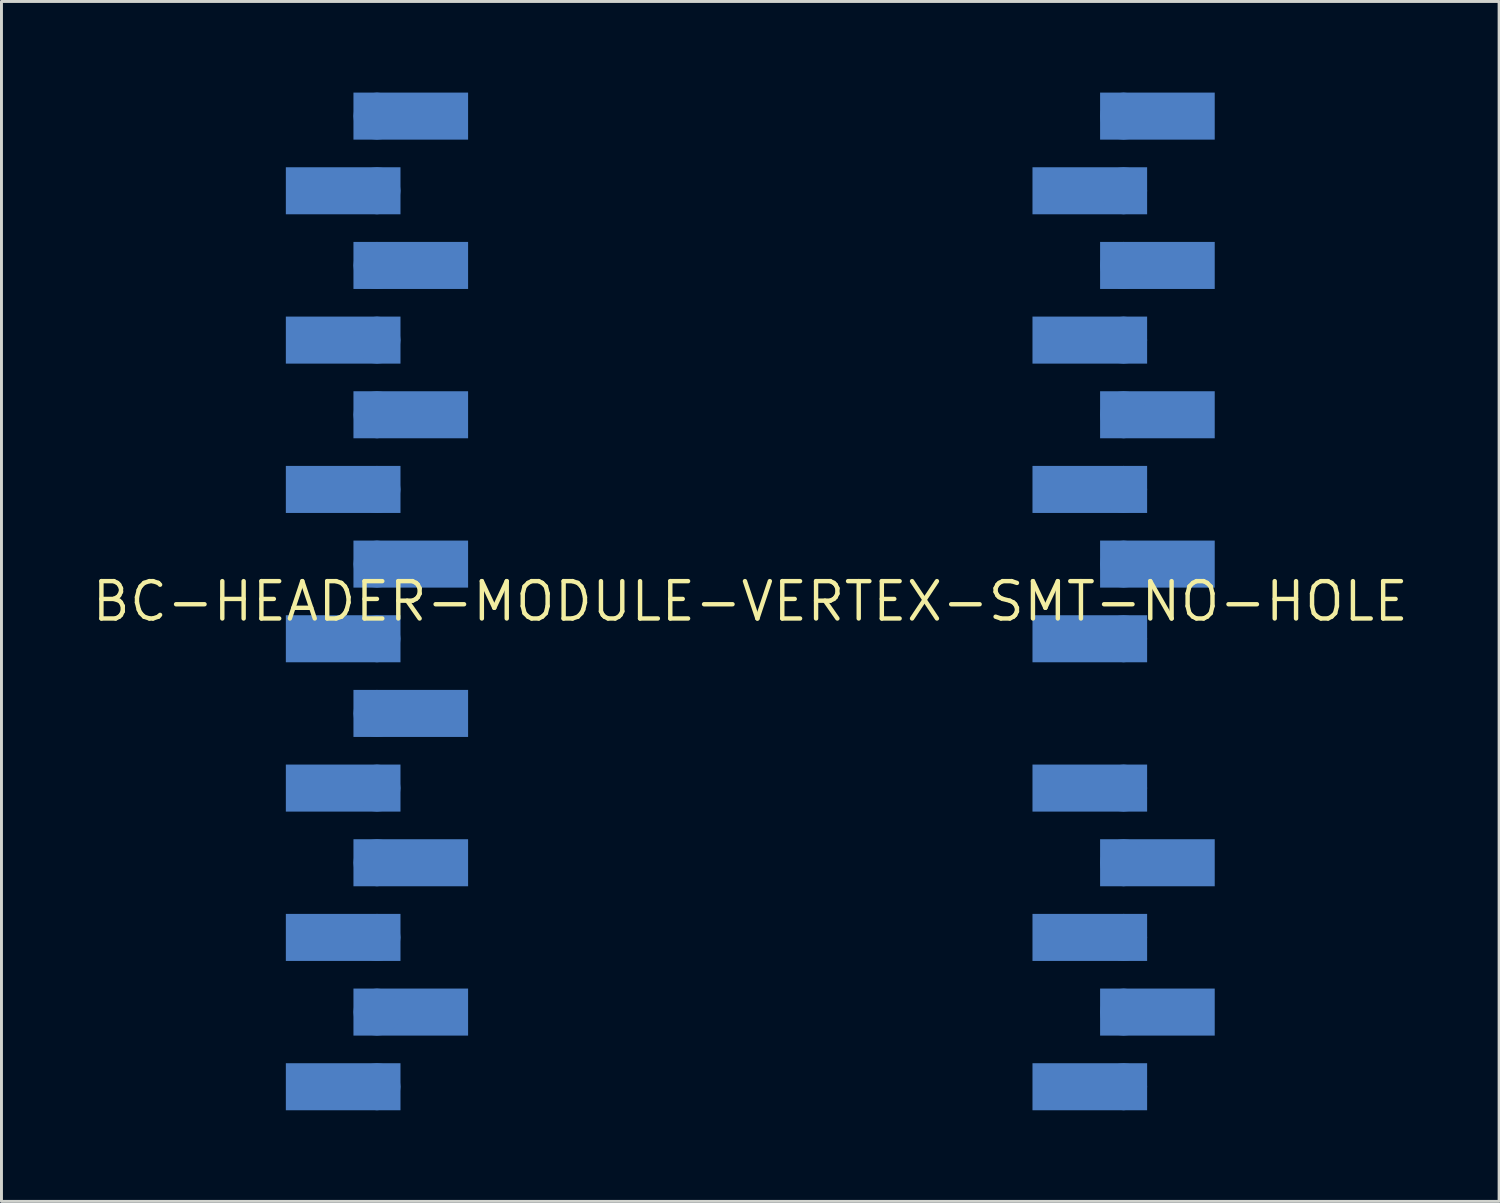
<source format=kicad_pcb>
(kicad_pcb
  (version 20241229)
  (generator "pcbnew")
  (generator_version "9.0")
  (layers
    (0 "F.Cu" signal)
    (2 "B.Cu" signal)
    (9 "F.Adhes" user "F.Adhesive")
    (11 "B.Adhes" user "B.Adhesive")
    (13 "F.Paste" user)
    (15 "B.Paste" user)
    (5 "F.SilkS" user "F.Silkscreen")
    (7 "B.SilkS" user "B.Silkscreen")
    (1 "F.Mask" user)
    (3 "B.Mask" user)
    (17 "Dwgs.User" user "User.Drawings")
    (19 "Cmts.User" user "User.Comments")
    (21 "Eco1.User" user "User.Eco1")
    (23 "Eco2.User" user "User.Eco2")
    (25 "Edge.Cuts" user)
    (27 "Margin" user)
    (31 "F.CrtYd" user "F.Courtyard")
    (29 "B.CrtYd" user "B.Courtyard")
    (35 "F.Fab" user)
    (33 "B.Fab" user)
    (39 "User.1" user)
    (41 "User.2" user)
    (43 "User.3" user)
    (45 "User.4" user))
  (footprint "BC-HEADER-MODULE-VERTEX-SMT-NO-HOLE"
    (layer "F.Cu")
    (at 22.474 17.41)
    (property "Reference" "BC-HEADER-MODULE-VERTEX-SMT-NO-HOLE" (at 0 0 0) (unlocked yes) (layer "F.SilkS") (effects (font (size 1.27 1.27) (thickness 0.15))))
    (fp_poly (pts (xy -11.9 -13.17) (xy -15.8 -13.17) (xy -15.8 -14.77) (xy -11.9 -14.77)) (stroke (width 0) (type default)) (fill yes) (layer "B.Cu"))
    (fp_poly (pts (xy -11.9 -8.09) (xy -15.8 -8.09) (xy -15.8 -9.69) (xy -11.9 -9.69)) (stroke (width 0) (type default)) (fill yes) (layer "B.Cu"))
    (fp_poly (pts (xy -11.9 -3.01) (xy -15.8 -3.01) (xy -15.8 -4.61) (xy -11.9 -4.61)) (stroke (width 0) (type default)) (fill yes) (layer "B.Cu"))
    (fp_poly (pts (xy -11.9 2.07) (xy -15.8 2.07) (xy -15.8 0.47) (xy -11.9 0.47)) (stroke (width 0) (type default)) (fill yes) (layer "B.Cu"))
    (fp_poly (pts (xy -11.9 7.15) (xy -15.8 7.15) (xy -15.8 5.55) (xy -11.9 5.55)) (stroke (width 0) (type default)) (fill yes) (layer "B.Cu"))
    (fp_poly (pts (xy -11.9 12.23) (xy -15.8 12.23) (xy -15.8 10.63) (xy -11.9 10.63)) (stroke (width 0) (type default)) (fill yes) (layer "B.Cu"))
    (fp_poly (pts (xy -11.9 17.31) (xy -15.8 17.31) (xy -15.8 15.71) (xy -11.9 15.71)) (stroke (width 0) (type default)) (fill yes) (layer "B.Cu"))
    (fp_poly (pts (xy -9.6 -15.71) (xy -13.5 -15.71) (xy -13.5 -17.31) (xy -9.6 -17.31)) (stroke (width 0) (type default)) (fill yes) (layer "B.Cu"))
    (fp_poly (pts (xy -9.6 -10.63) (xy -13.5 -10.63) (xy -13.5 -12.23) (xy -9.6 -12.23)) (stroke (width 0) (type default)) (fill yes) (layer "B.Cu"))
    (fp_poly (pts (xy -9.6 -5.55) (xy -13.5 -5.55) (xy -13.5 -7.15) (xy -9.6 -7.15)) (stroke (width 0) (type default)) (fill yes) (layer "B.Cu"))
    (fp_poly (pts (xy -9.6 -0.47) (xy -13.5 -0.47) (xy -13.5 -2.07) (xy -9.6 -2.07)) (stroke (width 0) (type default)) (fill yes) (layer "B.Cu"))
    (fp_poly (pts (xy -9.6 4.61) (xy -13.5 4.61) (xy -13.5 3.01) (xy -9.6 3.01)) (stroke (width 0) (type default)) (fill yes) (layer "B.Cu"))
    (fp_poly (pts (xy -9.6 9.69) (xy -13.5 9.69) (xy -13.5 8.09) (xy -9.6 8.09)) (stroke (width 0) (type default)) (fill yes) (layer "B.Cu"))
    (fp_poly (pts (xy -9.6 14.77) (xy -13.5 14.77) (xy -13.5 13.17) (xy -9.6 13.17)) (stroke (width 0) (type default)) (fill yes) (layer "B.Cu"))
    (fp_poly (pts (xy 13.5 -13.17) (xy 9.6 -13.17) (xy 9.6 -14.77) (xy 13.5 -14.77)) (stroke (width 0) (type default)) (fill yes) (layer "B.Cu"))
    (fp_poly (pts (xy 13.5 -8.09) (xy 9.6 -8.09) (xy 9.6 -9.69) (xy 13.5 -9.69)) (stroke (width 0) (type default)) (fill yes) (layer "B.Cu"))
    (fp_poly (pts (xy 13.5 -3.01) (xy 9.6 -3.01) (xy 9.6 -4.61) (xy 13.5 -4.61)) (stroke (width 0) (type default)) (fill yes) (layer "B.Cu"))
    (fp_poly (pts (xy 13.5 2.07) (xy 9.6 2.07) (xy 9.6 0.47) (xy 13.5 0.47)) (stroke (width 0) (type default)) (fill yes) (layer "B.Cu"))
    (fp_poly (pts (xy 13.5 7.15) (xy 9.6 7.15) (xy 9.6 5.55) (xy 13.5 5.55)) (stroke (width 0) (type default)) (fill yes) (layer "B.Cu"))
    (fp_poly (pts (xy 13.5 12.23) (xy 9.6 12.23) (xy 9.6 10.63) (xy 13.5 10.63)) (stroke (width 0) (type default)) (fill yes) (layer "B.Cu"))
    (fp_poly (pts (xy 13.5 17.31) (xy 9.6 17.31) (xy 9.6 15.71) (xy 13.5 15.71)) (stroke (width 0) (type default)) (fill yes) (layer "B.Cu"))
    (fp_poly (pts (xy 15.8 -15.71) (xy 11.9 -15.71) (xy 11.9 -17.31) (xy 15.8 -17.31)) (stroke (width 0) (type default)) (fill yes) (layer "B.Cu"))
    (fp_poly (pts (xy 15.8 -10.63) (xy 11.9 -10.63) (xy 11.9 -12.23) (xy 15.8 -12.23)) (stroke (width 0) (type default)) (fill yes) (layer "B.Cu"))
    (fp_poly (pts (xy 15.8 -5.55) (xy 11.9 -5.55) (xy 11.9 -7.15) (xy 15.8 -7.15)) (stroke (width 0) (type default)) (fill yes) (layer "B.Cu"))
    (fp_poly (pts (xy 15.8 -0.47) (xy 11.9 -0.47) (xy 11.9 -2.07) (xy 15.8 -2.07)) (stroke (width 0) (type default)) (fill yes) (layer "B.Cu"))
    (fp_poly (pts (xy 15.8 9.69) (xy 11.9 9.69) (xy 11.9 8.09) (xy 15.8 8.09)) (stroke (width 0) (type default)) (fill yes) (layer "B.Cu"))
    (fp_poly (pts (xy 15.8 14.77) (xy 11.9 14.77) (xy 11.9 13.17) (xy 15.8 13.17)) (stroke (width 0) (type default)) (fill yes) (layer "B.Cu"))
    (fp_poly (pts (xy -15.9 -13.07) (xy -11.8 -13.07) (xy -11.8 -14.87) (xy -15.9 -14.87)) (stroke (width 0) (type default)) (fill yes) (layer "B.Mask"))
    (fp_poly (pts (xy -15.9 -7.99) (xy -11.8 -7.99) (xy -11.8 -9.79) (xy -15.9 -9.79)) (stroke (width 0) (type default)) (fill yes) (layer "B.Mask"))
    (fp_poly (pts (xy -15.9 -2.91) (xy -11.8 -2.91) (xy -11.8 -4.71) (xy -15.9 -4.71)) (stroke (width 0) (type default)) (fill yes) (layer "B.Mask"))
    (fp_poly (pts (xy -15.9 2.17) (xy -11.8 2.17) (xy -11.8 0.37) (xy -15.9 0.37)) (stroke (width 0) (type default)) (fill yes) (layer "B.Mask"))
    (fp_poly (pts (xy -15.9 7.25) (xy -11.8 7.25) (xy -11.8 5.45) (xy -15.9 5.45)) (stroke (width 0) (type default)) (fill yes) (layer "B.Mask"))
    (fp_poly (pts (xy -15.9 12.33) (xy -11.8 12.33) (xy -11.8 10.53) (xy -15.9 10.53)) (stroke (width 0) (type default)) (fill yes) (layer "B.Mask"))
    (fp_poly (pts (xy -15.9 17.41) (xy -11.8 17.41) (xy -11.8 15.61) (xy -15.9 15.61)) (stroke (width 0) (type default)) (fill yes) (layer "B.Mask"))
    (fp_poly (pts (xy -9.5 -17.41) (xy -13.6 -17.41) (xy -13.6 -15.61) (xy -9.5 -15.61)) (stroke (width 0) (type default)) (fill yes) (layer "B.Mask"))
    (fp_poly (pts (xy -9.5 -12.33) (xy -13.6 -12.33) (xy -13.6 -10.53) (xy -9.5 -10.53)) (stroke (width 0) (type default)) (fill yes) (layer "B.Mask"))
    (fp_poly (pts (xy -9.5 -7.25) (xy -13.6 -7.25) (xy -13.6 -5.45) (xy -9.5 -5.45)) (stroke (width 0) (type default)) (fill yes) (layer "B.Mask"))
    (fp_poly (pts (xy -9.5 -2.17) (xy -13.6 -2.17) (xy -13.6 -0.37) (xy -9.5 -0.37)) (stroke (width 0) (type default)) (fill yes) (layer "B.Mask"))
    (fp_poly (pts (xy -9.5 2.91) (xy -13.6 2.91) (xy -13.6 4.71) (xy -9.5 4.71)) (stroke (width 0) (type default)) (fill yes) (layer "B.Mask"))
    (fp_poly (pts (xy -9.5 7.99) (xy -13.6 7.99) (xy -13.6 9.79) (xy -9.5 9.79)) (stroke (width 0) (type default)) (fill yes) (layer "B.Mask"))
    (fp_poly (pts (xy -9.5 13.07) (xy -13.6 13.07) (xy -13.6 14.87) (xy -9.5 14.87)) (stroke (width 0) (type default)) (fill yes) (layer "B.Mask"))
    (fp_poly (pts (xy 9.5 -13.07) (xy 13.6 -13.07) (xy 13.6 -14.87) (xy 9.5 -14.87)) (stroke (width 0) (type default)) (fill yes) (layer "B.Mask"))
    (fp_poly (pts (xy 9.5 -7.99) (xy 13.6 -7.99) (xy 13.6 -9.79) (xy 9.5 -9.79)) (stroke (width 0) (type default)) (fill yes) (layer "B.Mask"))
    (fp_poly (pts (xy 9.5 -2.91) (xy 13.6 -2.91) (xy 13.6 -4.71) (xy 9.5 -4.71)) (stroke (width 0) (type default)) (fill yes) (layer "B.Mask"))
    (fp_poly (pts (xy 9.5 2.17) (xy 13.6 2.17) (xy 13.6 0.37) (xy 9.5 0.37)) (stroke (width 0) (type default)) (fill yes) (layer "B.Mask"))
    (fp_poly (pts (xy 9.5 7.25) (xy 13.6 7.25) (xy 13.6 5.45) (xy 9.5 5.45)) (stroke (width 0) (type default)) (fill yes) (layer "B.Mask"))
    (fp_poly (pts (xy 9.5 12.33) (xy 13.6 12.33) (xy 13.6 10.53) (xy 9.5 10.53)) (stroke (width 0) (type default)) (fill yes) (layer "B.Mask"))
    (fp_poly (pts (xy 9.5 17.41) (xy 13.6 17.41) (xy 13.6 15.61) (xy 9.5 15.61)) (stroke (width 0) (type default)) (fill yes) (layer "B.Mask"))
    (fp_poly (pts (xy 15.9 -17.41) (xy 11.8 -17.41) (xy 11.8 -15.61) (xy 15.9 -15.61)) (stroke (width 0) (type default)) (fill yes) (layer "B.Mask"))
    (fp_poly (pts (xy 15.9 -12.33) (xy 11.8 -12.33) (xy 11.8 -10.53) (xy 15.9 -10.53)) (stroke (width 0) (type default)) (fill yes) (layer "B.Mask"))
    (fp_poly (pts (xy 15.9 -7.25) (xy 11.8 -7.25) (xy 11.8 -5.45) (xy 15.9 -5.45)) (stroke (width 0) (type default)) (fill yes) (layer "B.Mask"))
    (fp_poly (pts (xy 15.9 -2.17) (xy 11.8 -2.17) (xy 11.8 -0.37) (xy 15.9 -0.37)) (stroke (width 0) (type default)) (fill yes) (layer "B.Mask"))
    (fp_poly (pts (xy 15.9 7.99) (xy 11.8 7.99) (xy 11.8 9.79) (xy 15.9 9.79)) (stroke (width 0) (type default)) (fill yes) (layer "B.Mask"))
    (fp_poly (pts (xy 15.9 13.07) (xy 11.8 13.07) (xy 11.8 14.87) (xy 15.9 14.87)) (stroke (width 0) (type default)) (fill yes) (layer "B.Mask"))
    (fp_poly (pts (xy -13.6 -14.62) (xy -15.7 -14.62) (xy -15.7 -13.32) (xy -13.6 -13.32)) (stroke (width 0) (type default)) (fill yes) (layer "B.Paste"))
    (fp_poly (pts (xy -13.6 -9.54) (xy -15.7 -9.54) (xy -15.7 -8.24) (xy -13.6 -8.24)) (stroke (width 0) (type default)) (fill yes) (layer "B.Paste"))
    (fp_poly (pts (xy -13.6 -4.46) (xy -15.7 -4.46) (xy -15.7 -3.16) (xy -13.6 -3.16)) (stroke (width 0) (type default)) (fill yes) (layer "B.Paste"))
    (fp_poly (pts (xy -13.6 0.62) (xy -15.7 0.62) (xy -15.7 1.92) (xy -13.6 1.92)) (stroke (width 0) (type default)) (fill yes) (layer "B.Paste"))
    (fp_poly (pts (xy -13.6 5.7) (xy -15.7 5.7) (xy -15.7 7) (xy -13.6 7)) (stroke (width 0) (type default)) (fill yes) (layer "B.Paste"))
    (fp_poly (pts (xy -13.6 10.78) (xy -15.7 10.78) (xy -15.7 12.08) (xy -13.6 12.08)) (stroke (width 0) (type default)) (fill yes) (layer "B.Paste"))
    (fp_poly (pts (xy -13.6 15.86) (xy -15.7 15.86) (xy -15.7 17.16) (xy -13.6 17.16)) (stroke (width 0) (type default)) (fill yes) (layer "B.Paste"))
    (fp_poly (pts (xy -11.8 9.54) (xy -9.7 9.54) (xy -9.7 8.24) (xy -11.8 8.24)) (stroke (width 0) (type default)) (fill yes) (layer "B.Paste"))
    (fp_poly (pts (xy -11.8 14.62) (xy -9.7 14.62) (xy -9.7 13.32) (xy -11.8 13.32)) (stroke (width 0) (type default)) (fill yes) (layer "B.Paste"))
    (fp_poly (pts (xy -9.7 -17.16) (xy -11.8 -17.16) (xy -11.8 -15.86) (xy -9.7 -15.86)) (stroke (width 0) (type default)) (fill yes) (layer "B.Paste"))
    (fp_poly (pts (xy -9.7 -12.08) (xy -11.8 -12.08) (xy -11.8 -10.78) (xy -9.7 -10.78)) (stroke (width 0) (type default)) (fill yes) (layer "B.Paste"))
    (fp_poly (pts (xy -9.7 -7) (xy -11.8 -7) (xy -11.8 -5.7) (xy -9.7 -5.7)) (stroke (width 0) (type default)) (fill yes) (layer "B.Paste"))
    (fp_poly (pts (xy -9.7 -1.92) (xy -11.8 -1.92) (xy -11.8 -0.62) (xy -9.7 -0.62)) (stroke (width 0) (type default)) (fill yes) (layer "B.Paste"))
    (fp_poly (pts (xy -9.7 3.16) (xy -11.8 3.16) (xy -11.8 4.46) (xy -9.7 4.46)) (stroke (width 0) (type default)) (fill yes) (layer "B.Paste"))
    (fp_poly (pts (xy 11.8 -14.62) (xy 9.7 -14.62) (xy 9.7 -13.32) (xy 11.8 -13.32)) (stroke (width 0) (type default)) (fill yes) (layer "B.Paste"))
    (fp_poly (pts (xy 11.8 -9.54) (xy 9.7 -9.54) (xy 9.7 -8.24) (xy 11.8 -8.24)) (stroke (width 0) (type default)) (fill yes) (layer "B.Paste"))
    (fp_poly (pts (xy 11.8 -4.46) (xy 9.7 -4.46) (xy 9.7 -3.16) (xy 11.8 -3.16)) (stroke (width 0) (type default)) (fill yes) (layer "B.Paste"))
    (fp_poly (pts (xy 11.8 0.62) (xy 9.7 0.62) (xy 9.7 1.92) (xy 11.8 1.92)) (stroke (width 0) (type default)) (fill yes) (layer "B.Paste"))
    (fp_poly (pts (xy 11.8 5.7) (xy 9.7 5.7) (xy 9.7 7) (xy 11.8 7)) (stroke (width 0) (type default)) (fill yes) (layer "B.Paste"))
    (fp_poly (pts (xy 11.8 10.78) (xy 9.7 10.78) (xy 9.7 12.08) (xy 11.8 12.08)) (stroke (width 0) (type default)) (fill yes) (layer "B.Paste"))
    (fp_poly (pts (xy 11.8 15.86) (xy 9.7 15.86) (xy 9.7 17.16) (xy 11.8 17.16)) (stroke (width 0) (type default)) (fill yes) (layer "B.Paste"))
    (fp_poly (pts (xy 13.6 9.54) (xy 15.7 9.54) (xy 15.7 8.24) (xy 13.6 8.24)) (stroke (width 0) (type default)) (fill yes) (layer "B.Paste"))
    (fp_poly (pts (xy 13.6 14.62) (xy 15.7 14.62) (xy 15.7 13.32) (xy 13.6 13.32)) (stroke (width 0) (type default)) (fill yes) (layer "B.Paste"))
    (fp_poly (pts (xy 15.7 -17.16) (xy 13.6 -17.16) (xy 13.6 -15.86) (xy 15.7 -15.86)) (stroke (width 0) (type default)) (fill yes) (layer "B.Paste"))
    (fp_poly (pts (xy 15.7 -12.08) (xy 13.6 -12.08) (xy 13.6 -10.78) (xy 15.7 -10.78)) (stroke (width 0) (type default)) (fill yes) (layer "B.Paste"))
    (fp_poly (pts (xy 15.7 -7) (xy 13.6 -7) (xy 13.6 -5.7) (xy 15.7 -5.7)) (stroke (width 0) (type default)) (fill yes) (layer "B.Paste"))
    (fp_poly (pts (xy 15.7 -1.92) (xy 13.6 -1.92) (xy 13.6 -0.62) (xy 15.7 -0.62)) (stroke (width 0) (type default)) (fill yes) (layer "B.Paste"))
    (pad "1" smd roundrect (at -12.7 -16.51) (size 1.6 1.6) (layers "B.Cu") (roundrect_rratio 0.5))
    (pad "2" smd roundrect (at -12.7 -13.97) (size 1.6 1.6) (layers "B.Cu") (roundrect_rratio 0.5))
    (pad "3" smd roundrect (at -12.7 -11.43) (size 1.6 1.6) (layers "B.Cu") (roundrect_rratio 0.5))
    (pad "4" smd roundrect (at -12.7 -8.89) (size 1.6 1.6) (layers "B.Cu") (roundrect_rratio 0.5))
    (pad "5" smd roundrect (at -12.7 -6.35) (size 1.6 1.6) (layers "B.Cu") (roundrect_rratio 0.5))
    (pad "6" smd roundrect (at -12.7 -3.81) (size 1.6 1.6) (layers "B.Cu") (roundrect_rratio 0.5))
    (pad "7" smd roundrect (at -12.7 -1.27) (size 1.6 1.6) (layers "B.Cu") (roundrect_rratio 0.5))
    (pad "8" smd roundrect (at -12.7 1.27) (size 1.6 1.6) (layers "B.Cu") (roundrect_rratio 0.5))
    (pad "9" smd roundrect (at -12.7 3.81) (size 1.6 1.6) (layers "B.Cu") (roundrect_rratio 0.5))
    (pad "10" smd roundrect (at -12.7 6.35) (size 1.6 1.6) (layers "B.Cu") (roundrect_rratio 0.5))
    (pad "11" smd roundrect (at -12.7 8.89) (size 1.6 1.6) (layers "B.Cu") (roundrect_rratio 0.5))
    (pad "12" smd roundrect (at -12.7 11.43) (size 1.6 1.6) (layers "B.Cu") (roundrect_rratio 0.5))
    (pad "13" smd roundrect (at -12.7 13.97) (size 1.6 1.6) (layers "B.Cu") (roundrect_rratio 0.5))
    (pad "14" smd roundrect (at -12.7 16.51) (size 1.6 1.6) (layers "B.Cu") (roundrect_rratio 0.5))
    (pad "15" smd roundrect (at 12.7 16.51) (size 1.6 1.6) (layers "B.Cu") (roundrect_rratio 0.5))
    (pad "16" smd roundrect (at 12.7 13.97) (size 1.6 1.6) (layers "B.Cu") (roundrect_rratio 0.5))
    (pad "17" smd roundrect (at 12.7 11.43) (size 1.6 1.6) (layers "B.Cu") (roundrect_rratio 0.5))
    (pad "18" smd roundrect (at 12.7 8.89) (size 1.6 1.6) (layers "B.Cu") (roundrect_rratio 0.5))
    (pad "19" smd roundrect (at 12.7 6.35) (size 1.6 1.6) (layers "B.Cu") (roundrect_rratio 0.5))
    (pad "21" smd roundrect (at 12.7 1.27) (size 1.6 1.6) (layers "B.Cu") (roundrect_rratio 0.5))
    (pad "22" smd roundrect (at 12.7 -1.27) (size 1.6 1.6) (layers "B.Cu") (roundrect_rratio 0.5))
    (pad "23" smd roundrect (at 12.7 -3.81) (size 1.6 1.6) (layers "B.Cu") (roundrect_rratio 0.5))
    (pad "24" smd roundrect (at 12.7 -6.35) (size 1.6 1.6) (layers "B.Cu") (roundrect_rratio 0.5))
    (pad "25" smd roundrect (at 12.7 -8.89) (size 1.6 1.6) (layers "B.Cu") (roundrect_rratio 0.5))
    (pad "26" smd roundrect (at 12.7 -11.43) (size 1.6 1.6) (layers "B.Cu") (roundrect_rratio 0.5))
    (pad "27" smd roundrect (at 12.7 -13.97) (size 1.6 1.6) (layers "B.Cu") (roundrect_rratio 0.5))
    (pad "28" smd roundrect (at 12.7 -16.51) (size 1.6 1.6) (layers "B.Cu") (roundrect_rratio 0.5)))
  (gr_rect
    (start -3 -3)
    (end 47.948 37.82)
    (stroke (width 0.1) (type default))
    (fill no)
    (layer "Edge.Cuts")))
</source>
